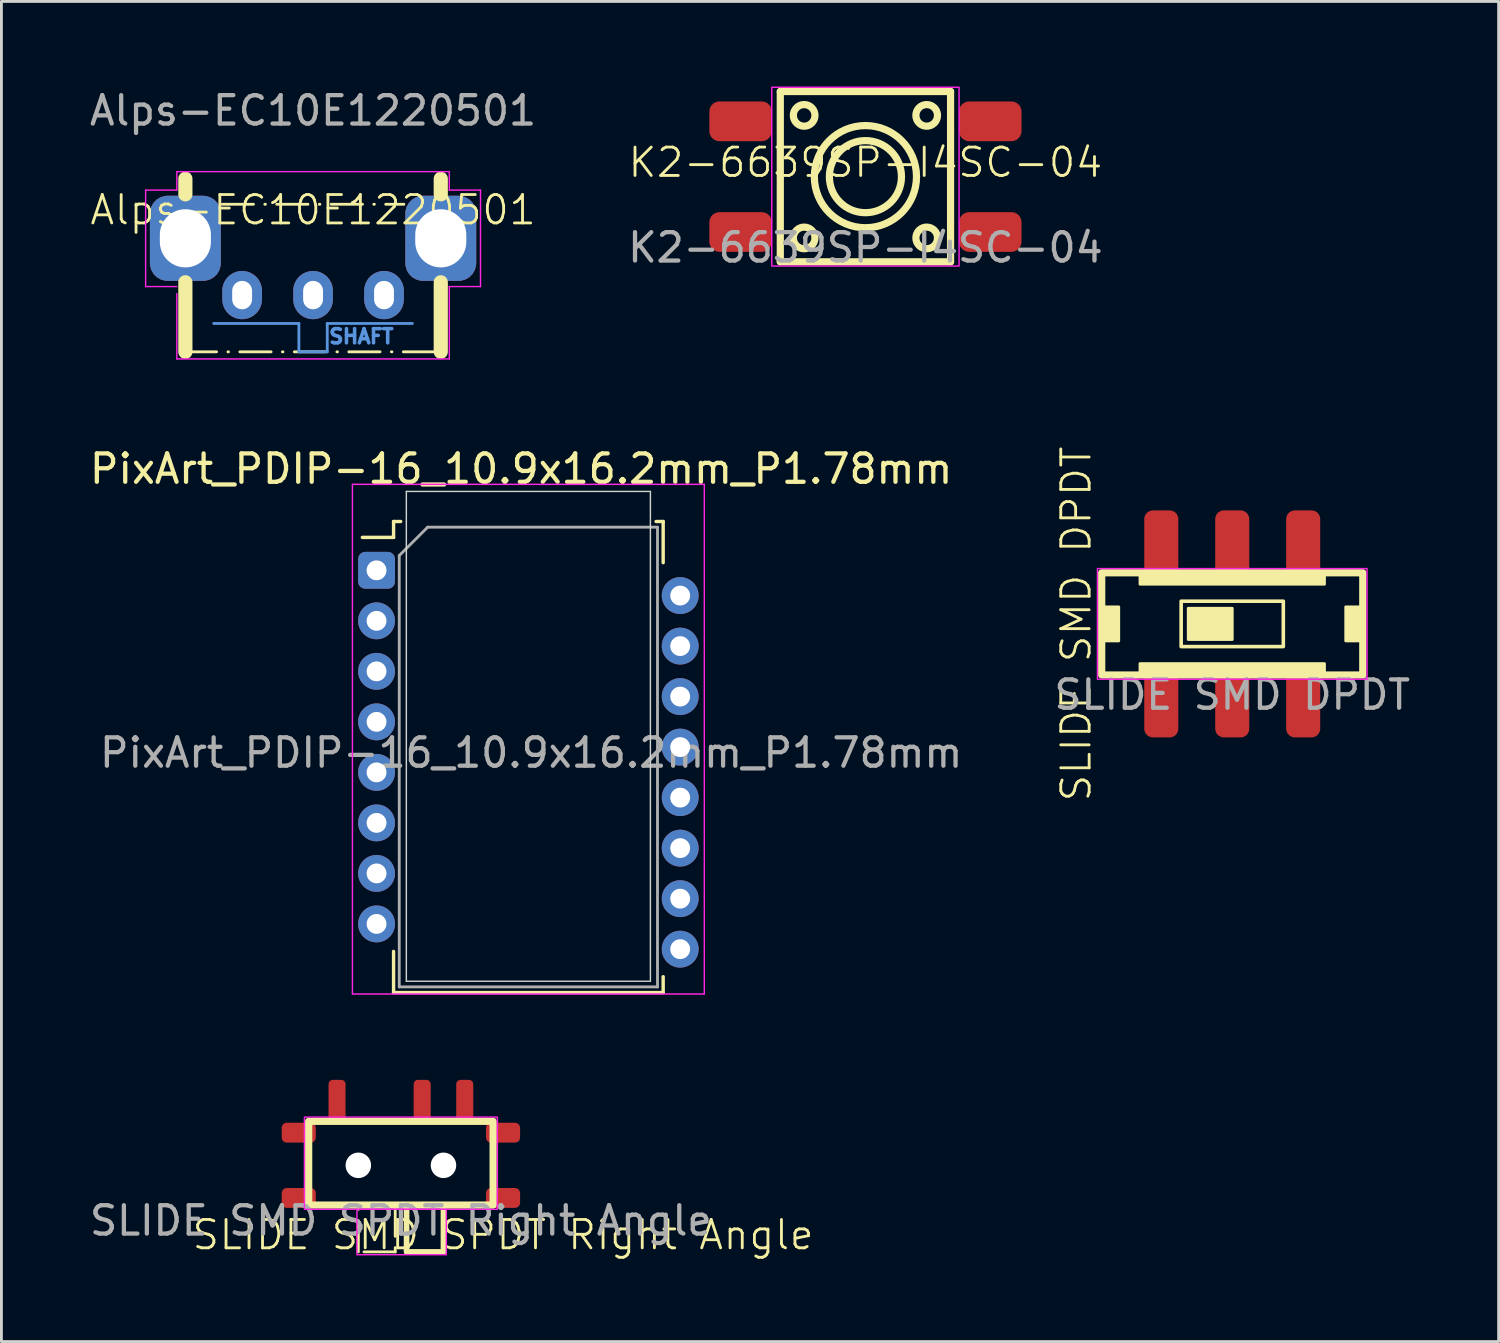
<source format=kicad_pcb>
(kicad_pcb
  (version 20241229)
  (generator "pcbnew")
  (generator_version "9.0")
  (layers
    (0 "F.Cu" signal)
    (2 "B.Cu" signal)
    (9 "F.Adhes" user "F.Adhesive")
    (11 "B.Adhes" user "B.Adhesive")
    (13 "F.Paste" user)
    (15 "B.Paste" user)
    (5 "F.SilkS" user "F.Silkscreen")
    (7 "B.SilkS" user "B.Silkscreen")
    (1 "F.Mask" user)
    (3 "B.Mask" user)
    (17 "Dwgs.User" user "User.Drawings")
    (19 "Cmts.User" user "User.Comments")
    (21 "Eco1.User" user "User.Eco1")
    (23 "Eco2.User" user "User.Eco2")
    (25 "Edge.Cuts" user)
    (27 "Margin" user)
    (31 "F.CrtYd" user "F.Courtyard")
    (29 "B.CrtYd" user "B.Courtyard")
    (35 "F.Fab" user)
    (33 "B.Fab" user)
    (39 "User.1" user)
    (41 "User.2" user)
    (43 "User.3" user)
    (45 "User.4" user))
  (footprint "K2-6639SP-I4SC-04"
    (layer "F.Cu")
    (at 27.446 3.175)
    (property "Reference" "K2-6639SP-I4SC-04" (at 0 -0.5 0) (unlocked yes) (layer "F.SilkS") (effects (font (size 1 1) (thickness 0.1))))
    (attr smd)
    (fp_line (start -3 -3) (end 3 -3) (stroke (width 0.254) (type solid)) (layer "F.SilkS"))
    (fp_line (start -3 3) (end -3 -3) (stroke (width 0.254) (type solid)) (layer "F.SilkS"))
    (fp_line (start 3 -3) (end 3 3) (stroke (width 0.254) (type solid)) (layer "F.SilkS"))
    (fp_line (start 3 3) (end -3 3) (stroke (width 0.254) (type solid)) (layer "F.SilkS"))
    (fp_circle (center -2.159 -2.159) (end -1.778 -2.159) (stroke (width 0.254) (type solid)) (fill no) (layer "F.SilkS"))
    (fp_circle (center -2.159 2.159) (end -1.778 2.159) (stroke (width 0.254) (type solid)) (fill no) (layer "F.SilkS"))
    (fp_circle (center 0 0) (end 1.27 0) (stroke (width 0.254) (type solid)) (fill no) (layer "F.SilkS"))
    (fp_circle (center 0 0) (end 1.8 0) (stroke (width 0.254) (type solid)) (fill no) (layer "F.SilkS"))
    (fp_circle (center 2.159 -2.159) (end 2.54 -2.159) (stroke (width 0.254) (type solid)) (fill no) (layer "F.SilkS"))
    (fp_circle (center 2.159 2.159) (end 2.54 2.159) (stroke (width 0.254) (type solid)) (fill no) (layer "F.SilkS"))
    (fp_rect (start -3.3 -3.15) (end 3.3 3.15) (stroke (width 0.05) (type default)) (fill no) (layer "F.CrtYd"))
    (fp_text user "${REFERENCE}" (at 0 2.5 0) (unlocked yes) (layer "F.Fab") (effects (font (size 1 1) (thickness 0.15))))
    (pad "1" smd roundrect (at -4.4 -1.95) (size 2.2 1.4) (layers "F.Cu" "F.Mask" "F.Paste") (roundrect_rratio 0.25))
    (pad "2" smd roundrect (at -4.4 1.95) (size 2.2 1.4) (layers "F.Cu" "F.Mask" "F.Paste") (roundrect_rratio 0.25))
    (pad "3" smd roundrect (at 4.4 -1.95) (size 2.2 1.4) (layers "F.Cu" "F.Mask" "F.Paste") (roundrect_rratio 0.25))
    (pad "4" smd roundrect (at 4.4 1.95) (size 2.2 1.4) (layers "F.Cu" "F.Mask" "F.Paste") (roundrect_rratio 0.25)))
  (footprint "SLIDE SMD SPDT Right Angle"
    (layer "F.Cu")
    (at 11.077 37.464)
    (property "Reference" "SLIDE SMD SPDT Right Angle" (at 3.6 3 0) (unlocked yes) (layer "F.SilkS") (effects (font (size 1 1) (thickness 0.1))))
    (attr smd)
    (fp_rect (start -3.25 -1) (end 3.25 1.95) (stroke (width 0.254) (type solid)) (fill no) (layer "F.SilkS"))
    (fp_rect (start -1.5 1.95) (end -0.2 3.6) (stroke (width 0.1) (type dash)) (fill no) (layer "F.SilkS"))
    (fp_rect (start 0.2 1.95) (end 1.5 3.6) (stroke (width 0.2) (type solid)) (fill no) (layer "F.SilkS"))
    (fp_rect (start -3.4 -1.15) (end 3.4 2.1) (stroke (width 0.05) (type default)) (fill no) (layer "F.CrtYd"))
    (fp_rect (start -1.55 2.1) (end 1.6 3.7) (stroke (width 0.05) (type default)) (fill no) (layer "F.CrtYd"))
    (fp_text user "${REFERENCE}" (at 0 2.5 0) (unlocked yes) (layer "F.Fab") (effects (font (size 1 1) (thickness 0.15))))
    (pad "" np_thru_hole circle (at -1.5 0.55) (size 0.9 0.9) (drill 0.9) (layers "*.Cu" "*.Mask"))
    (pad "" np_thru_hole circle (at 1.5 0.55) (size 0.9 0.9) (drill 0.9) (layers "*.Cu" "*.Mask"))
    (pad "1" smd roundrect (at -2.25 -1.7) (size 0.6 1.524) (layers "F.Cu" "F.Mask" "F.Paste") (roundrect_rratio 0.25))
    (pad "2" smd roundrect (at 0.75 -1.7) (size 0.6 1.524) (layers "F.Cu" "F.Mask" "F.Paste") (roundrect_rratio 0.25))
    (pad "3" smd roundrect (at 2.25 -1.7) (size 0.6 1.524) (layers "F.Cu" "F.Mask" "F.Paste") (roundrect_rratio 0.25))
    (pad "4" smd roundrect (at -3.6 -0.6) (size 1.2 0.7) (layers "F.Cu" "F.Mask" "F.Paste") (roundrect_rratio 0.25))
    (pad "4" smd roundrect (at -3.6 1.7) (size 1.2 0.7) (layers "F.Cu" "F.Mask" "F.Paste") (roundrect_rratio 0.25))
    (pad "4" smd roundrect (at 3.6 -0.6) (size 1.2 0.7) (layers "F.Cu" "F.Mask" "F.Paste") (roundrect_rratio 0.25))
    (pad "4" smd roundrect (at 3.6 1.7) (size 1.2 0.7) (layers "F.Cu" "F.Mask" "F.Paste") (roundrect_rratio 0.25)))
  (footprint "Alps-EC10E1220501"
    (layer "F.Cu")
    (at 7.982 7.348)
    (property "Reference" "Alps-EC10E1220501" (at 0 -3 0) (unlocked yes) (layer "F.SilkS") (effects (font (size 1 1) (thickness 0.1))))
    (attr through_hole exclude_from_pos_files)
    (fp_line (start -4.5 -4.1) (end -4.5 -3.55) (stroke (width 0.5) (type default)) (layer "F.SilkS"))
    (fp_line (start -4.5 2) (end -4.5 -0.45) (stroke (width 0.5) (type solid)) (layer "F.SilkS"))
    (fp_line (start -4.5 2) (end 4.5 2) (stroke (width 0.1) (type dash_dot)) (layer "F.SilkS"))
    (fp_line (start -3.2 -3.2) (end 3.2 -3.2) (stroke (width 0.1) (type dash_dot)) (layer "F.SilkS"))
    (fp_line (start 4.5 -4.1) (end 4.5 -3.55) (stroke (width 0.5) (type solid)) (layer "F.SilkS"))
    (fp_line (start 4.5 2) (end 4.5 -0.45) (stroke (width 0.5) (type default)) (layer "F.SilkS"))
    (fp_line (start -3.5 1) (end -0.5 1) (stroke (width 0.1) (type default)) (layer "Cmts.User"))
    (fp_line (start -0.5 1) (end -0.5 2) (stroke (width 0.1) (type default)) (layer "Cmts.User"))
    (fp_line (start -0.5 2) (end 0.5 2) (stroke (width 0.1) (type default)) (layer "Cmts.User"))
    (fp_line (start 0.5 1) (end 3.5 1) (stroke (width 0.1) (type default)) (layer "Cmts.User"))
    (fp_line (start 0.5 2) (end 0.5 1) (stroke (width 0.1) (type default)) (layer "Cmts.User"))
    (fp_line (start -5.9 -3.7) (end -4.8 -3.7) (stroke (width 0.05) (type default)) (layer "F.CrtYd"))
    (fp_line (start -5.9 -0.3) (end -5.9 -3.7) (stroke (width 0.05) (type default)) (layer "F.CrtYd"))
    (fp_line (start -4.8 -4.35) (end 4.8 -4.35) (stroke (width 0.05) (type default)) (layer "F.CrtYd"))
    (fp_line (start -4.8 -3.7) (end -4.8 -4.35) (stroke (width 0.05) (type default)) (layer "F.CrtYd"))
    (fp_line (start -4.8 -0.3) (end -5.9 -0.3) (stroke (width 0.05) (type default)) (layer "F.CrtYd"))
    (fp_line (start -4.8 2.25) (end -4.8 -0.05) (stroke (width 0.05) (type default)) (layer "F.CrtYd"))
    (fp_line (start 4.8 -4.35) (end 4.8 -3.7) (stroke (width 0.05) (type default)) (layer "F.CrtYd"))
    (fp_line (start 4.8 -3.7) (end 5.9 -3.7) (stroke (width 0.05) (type default)) (layer "F.CrtYd"))
    (fp_line (start 4.8 -0.3) (end 4.8 2.25) (stroke (width 0.05) (type default)) (layer "F.CrtYd"))
    (fp_line (start 4.8 2.25) (end -4.8 2.25) (stroke (width 0.05) (type default)) (layer "F.CrtYd"))
    (fp_line (start 5.9 -3.7) (end 5.9 -0.3) (stroke (width 0.05) (type default)) (layer "F.CrtYd"))
    (fp_line (start 5.9 -0.3) (end 4.8 -0.3) (stroke (width 0.05) (type default)) (layer "F.CrtYd"))
    (fp_text user "SHAFT" (at 0.5 1.75 0) (unlocked yes) (layer "Cmts.User") (effects (font (size 0.5 0.5) (thickness 0.125)) (justify left bottom)))
    (fp_text user "${REFERENCE}" (at 0 -6.5 0) (unlocked yes) (layer "F.Fab") (effects (font (size 1 1) (thickness 0.15))))
    (pad "4" thru_hole roundrect (at -4.5 -2) (size 2.5 3) (drill oval 1.8 2.05) (layers "*.Cu" "*.Mask") (roundrect_rratio 0.25))
    (pad "4" thru_hole roundrect (at 4.5 -2) (size 2.5 3) (drill oval 1.8 2.05) (layers "*.Cu" "*.Mask") (roundrect_rratio 0.25))
    (pad "A" thru_hole oval (at -2.5 0) (size 1.4 1.7) (drill oval 0.7 1) (layers "*.Cu" "*.Mask"))
    (pad "B" thru_hole oval (at 0 0) (size 1.4 1.7) (drill oval 0.7 1) (layers "*.Cu" "*.Mask"))
    (pad "C" thru_hole oval (at 2.5 0) (size 1.4 1.7) (drill oval 0.7 1) (layers "*.Cu" "*.Mask")))
  (footprint "SLIDE SMD DPDT"
    (layer "F.Cu")
    (at 40.372 18.935)
    (property "Reference" "SLIDE SMD DPDT" (at -5.5 0 90) (unlocked yes) (layer "F.SilkS") (effects (font (size 1 1) (thickness 0.1))))
    (attr smd)
    (fp_rect (start -4.6 -1.8) (end 4.6 1.8) (stroke (width 0.254) (type solid)) (fill no) (layer "F.SilkS"))
    (fp_rect (start -4.6 -0.6) (end -4 0.6) (stroke (width 0.1) (type solid)) (fill yes) (layer "F.SilkS"))
    (fp_rect (start -3.25 -1.8) (end 3.25 -1.4) (stroke (width 0.1) (type solid)) (fill yes) (layer "F.SilkS"))
    (fp_rect (start -3.25 1.4) (end 3.25 1.8) (stroke (width 0.1) (type solid)) (fill yes) (layer "F.SilkS"))
    (fp_rect (start -1.8 -0.8) (end 1.8 0.8) (stroke (width 0.127) (type solid)) (fill no) (layer "F.SilkS"))
    (fp_rect (start -1.55 -0.55) (end 0 0.55) (stroke (width 0.1) (type solid)) (fill yes) (layer "F.SilkS"))
    (fp_rect (start 4 -0.6) (end 4.6 0.6) (stroke (width 0.1) (type solid)) (fill yes) (layer "F.SilkS"))
    (fp_rect (start -4.75 -1.95) (end 4.75 1.95) (stroke (width 0.05) (type default)) (fill no) (layer "F.CrtYd"))
    (fp_text user "${REFERENCE}" (at 0 2.5 0) (unlocked yes) (layer "F.Fab") (effects (font (size 1 1) (thickness 0.15))))
    (pad "1A" smd roundrect (at -2.5 2.75) (size 1.2 2.5) (layers "F.Cu" "F.Mask" "F.Paste") (roundrect_rratio 0.25))
    (pad "1B" smd roundrect (at -2.5 -2.75) (size 1.2 2.5) (layers "F.Cu" "F.Mask" "F.Paste") (roundrect_rratio 0.25))
    (pad "2A" smd roundrect (at 0 2.75) (size 1.2 2.5) (layers "F.Cu" "F.Mask" "F.Paste") (roundrect_rratio 0.25))
    (pad "2B" smd roundrect (at 0 -2.75) (size 1.2 2.5) (layers "F.Cu" "F.Mask" "F.Paste") (roundrect_rratio 0.25))
    (pad "3A" smd roundrect (at 2.5 2.75) (size 1.2 2.5) (layers "F.Cu" "F.Mask" "F.Paste") (roundrect_rratio 0.25))
    (pad "3B" smd roundrect (at 2.5 -2.75) (size 1.2 2.5) (layers "F.Cu" "F.Mask" "F.Paste") (roundrect_rratio 0.25)))
  (footprint "PixArt_PDIP-16_10.9x16.2mm_P1.78mm"
    (layer "F.Cu")
    (at 10.219 17.047)
    (property "Reference" "PixArt_PDIP-16_10.9x16.2mm_P1.78mm" (at 5.096 -3.575 180) (layer "F.SilkS") (effects (font (size 1 1) (thickness 0.15))))
    (attr through_hole exclude_from_pos_files)
    (fp_line (start 0.6 -1.16) (end -0.5 -1.16) (stroke (width 0.12) (type solid)) (layer "F.SilkS"))
    (fp_line (start 0.6 -1.16) (end 0.6 -1.72) (stroke (width 0.12) (type solid)) (layer "F.SilkS"))
    (fp_line (start 0.6 13.43) (end 0.6 14.88) (stroke (width 0.12) (type solid)) (layer "F.SilkS"))
    (fp_line (start 0.6 14.88) (end 10.1 14.88) (stroke (width 0.12) (type solid)) (layer "F.SilkS"))
    (fp_line (start 0.85 -1.72) (end 0.6 -1.72) (stroke (width 0.12) (type solid)) (layer "F.SilkS"))
    (fp_line (start 10.1 -1.72) (end 9.85 -1.72) (stroke (width 0.12) (type solid)) (layer "F.SilkS"))
    (fp_line (start 10.1 -1.72) (end 10.1 -0.27) (stroke (width 0.12) (type solid)) (layer "F.SilkS"))
    (fp_line (start 10.1 14.88) (end 10.1 14.32) (stroke (width 0.12) (type solid)) (layer "F.SilkS"))
    (fp_line (start 1.05 -2.78) (end 1.05 14.48) (stroke (width 0.05) (type solid)) (layer "Edge.Cuts"))
    (fp_line (start 9.65 -2.78) (end 1.05 -2.78) (stroke (width 0.05) (type solid)) (layer "Edge.Cuts"))
    (fp_line (start 9.65 -2.78) (end 9.65 14.48) (stroke (width 0.05) (type solid)) (layer "Edge.Cuts"))
    (fp_line (start 9.65 14.48) (end 1.05 14.48) (stroke (width 0.05) (type solid)) (layer "Edge.Cuts"))
    (fp_line (start -0.85 -3.03) (end 11.55 -3.03) (stroke (width 0.05) (type solid)) (layer "F.CrtYd"))
    (fp_line (start -0.85 14.93) (end -0.85 -3.03) (stroke (width 0.05) (type solid)) (layer "F.CrtYd"))
    (fp_line (start 11.55 -3.03) (end 11.55 14.93) (stroke (width 0.05) (type solid)) (layer "F.CrtYd"))
    (fp_line (start 11.55 14.93) (end -0.85 14.93) (stroke (width 0.05) (type solid)) (layer "F.CrtYd"))
    (fp_line (start 0.8 -0.52) (end 0.8 14.68) (stroke (width 0.1) (type solid)) (layer "F.Fab"))
    (fp_line (start 0.8 -0.52) (end 1.8 -1.52) (stroke (width 0.1) (type solid)) (layer "F.Fab"))
    (fp_line (start 0.8 14.68) (end 9.9 14.68) (stroke (width 0.1) (type solid)) (layer "F.Fab"))
    (fp_line (start 9.9 -1.52) (end 1.8 -1.52) (stroke (width 0.1) (type solid)) (layer "F.Fab"))
    (fp_line (start 9.9 14.68) (end 9.9 -1.52) (stroke (width 0.1) (type solid)) (layer "F.Fab"))
    (fp_text user "${REFERENCE}" (at 5.45 6.43 180) (layer "F.Fab") (effects (font (size 1 1) (thickness 0.15))))
    (pad "1" thru_hole roundrect (at 0 0 270) (size 1.3 1.3) (drill 0.7) (layers "*.Cu" "*.Mask") (roundrect_rratio 0.192))
    (pad "2" thru_hole circle (at 0 1.78 270) (size 1.3 1.3) (drill 0.7) (layers "*.Cu" "*.Mask"))
    (pad "3" thru_hole circle (at 0 3.56 270) (size 1.3 1.3) (drill 0.7) (layers "*.Cu" "*.Mask"))
    (pad "4" thru_hole circle (at 0 5.34 270) (size 1.3 1.3) (drill 0.7) (layers "*.Cu" "*.Mask"))
    (pad "5" thru_hole circle (at 0 7.12 270) (size 1.3 1.3) (drill 0.7) (layers "*.Cu" "*.Mask"))
    (pad "6" thru_hole circle (at 0 8.9 270) (size 1.3 1.3) (drill 0.7) (layers "*.Cu" "*.Mask"))
    (pad "7" thru_hole circle (at 0 10.68 270) (size 1.3 1.3) (drill 0.7) (layers "*.Cu" "*.Mask"))
    (pad "8" thru_hole circle (at 0 12.46 270) (size 1.3 1.3) (drill 0.7) (layers "*.Cu" "*.Mask"))
    (pad "9" thru_hole circle (at 10.7 13.35 270) (size 1.3 1.3) (drill 0.7) (layers "*.Cu" "*.Mask"))
    (pad "10" thru_hole circle (at 10.7 11.57 270) (size 1.3 1.3) (drill 0.7) (layers "*.Cu" "*.Mask"))
    (pad "11" thru_hole circle (at 10.7 9.79 270) (size 1.3 1.3) (drill 0.7) (layers "*.Cu" "*.Mask"))
    (pad "12" thru_hole circle (at 10.7 8.01 270) (size 1.3 1.3) (drill 0.7) (layers "*.Cu" "*.Mask"))
    (pad "13" thru_hole circle (at 10.7 6.23 270) (size 1.3 1.3) (drill 0.7) (layers "*.Cu" "*.Mask"))
    (pad "14" thru_hole circle (at 10.7 4.45 270) (size 1.3 1.3) (drill 0.7) (layers "*.Cu" "*.Mask"))
    (pad "15" thru_hole circle (at 10.7 2.67 270) (size 1.3 1.3) (drill 0.7) (layers "*.Cu" "*.Mask"))
    (pad "16" thru_hole circle (at 10.7 0.89 270) (size 1.3 1.3) (drill 0.7) (layers "*.Cu" "*.Mask")))
  (gr_rect
    (start -3 -3)
    (end 49.759 44.224)
    (stroke (width 0.1) (type default))
    (fill no)
    (layer "Edge.Cuts")))
</source>
